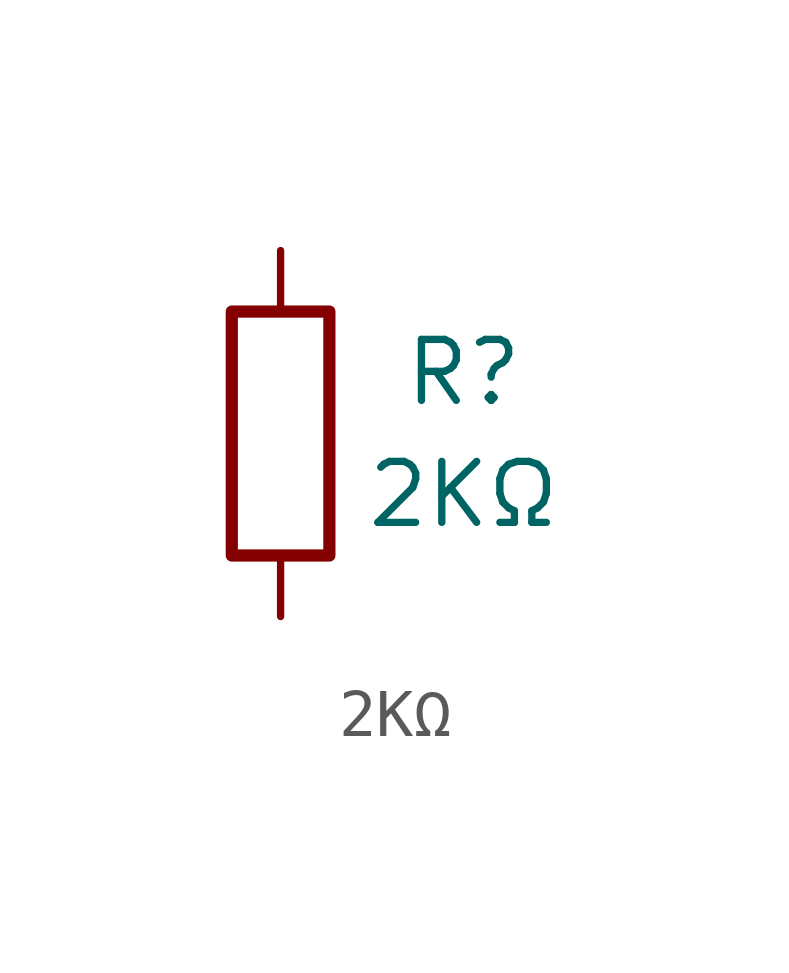
<source format=kicad_sym>
(kicad_symbol_lib
  (version 20241209)
  (generator "kicad_symbol_editor")
  (generator_version "9.0")
  (symbol "2KΩ"
    (pin_numbers
      (hide yes))
    (pin_names
      (offset 0))
    (property "Reference" "R"
      (at 3.81 1.27 0)
      (effects (font (size 1.27 1.27))))
    (property "Value" "2KΩ"
      (at 3.81 -1.27 0)
      (effects (font (size 1.27 1.27))))
    (symbol "2KΩ_0_1"
      (rectangle (start -1.016 -2.54) (end 1.016 2.54) (stroke (width 0.254) (type solid)) (fill (type none))))
    (symbol "2KΩ_1_1"
      (pin passive line (at 0 3.81 270) (length 1.27) (name "~" (effects (font (size 1.27 1.27)))) (number "1" (effects (font (size 1.27 1.27)))))
      (pin passive line (at 0 -3.81 90) (length 1.27) (name "~" (effects (font (size 1.27 1.27)))) (number "2" (effects (font (size 1.27 1.27))))))))
</source>
